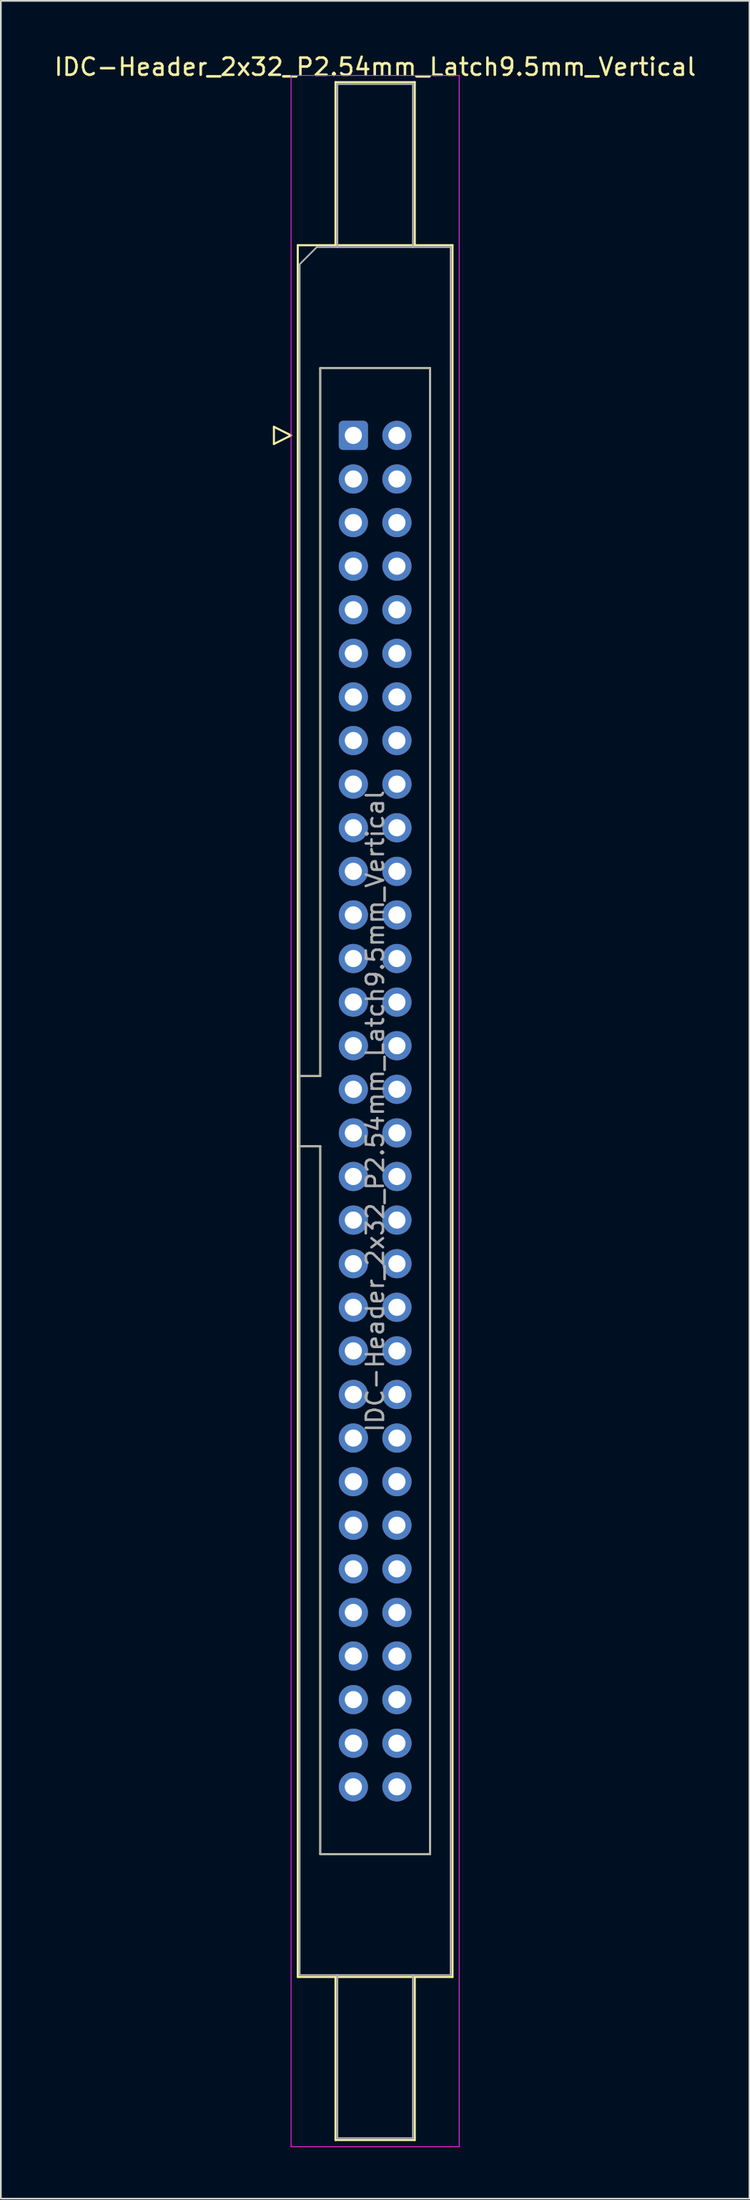
<source format=kicad_pcb>
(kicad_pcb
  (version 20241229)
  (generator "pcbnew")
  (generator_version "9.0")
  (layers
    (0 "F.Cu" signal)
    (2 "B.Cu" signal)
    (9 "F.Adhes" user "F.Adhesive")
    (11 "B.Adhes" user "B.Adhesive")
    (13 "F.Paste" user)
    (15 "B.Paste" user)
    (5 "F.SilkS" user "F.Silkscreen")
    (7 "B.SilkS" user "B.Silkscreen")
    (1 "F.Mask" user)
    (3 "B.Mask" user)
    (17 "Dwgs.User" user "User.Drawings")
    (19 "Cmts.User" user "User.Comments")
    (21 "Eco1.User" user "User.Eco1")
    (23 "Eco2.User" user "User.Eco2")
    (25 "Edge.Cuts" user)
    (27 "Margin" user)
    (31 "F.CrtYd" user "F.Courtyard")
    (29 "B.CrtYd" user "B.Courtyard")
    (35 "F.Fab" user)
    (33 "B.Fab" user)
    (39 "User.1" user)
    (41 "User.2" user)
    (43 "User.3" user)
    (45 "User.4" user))
  (footprint "IDC-Header_2x32_P2.54mm_Latch9.5mm_Vertical"
    (layer "F.Cu")
    (at 17.545 22.318)
    (property "Reference" "IDC-Header_2x32_P2.54mm_Latch9.5mm_Vertical" (at 1.27 -21.47 0) (layer "F.SilkS") (effects (font (size 1 1) (thickness 0.15))))
    (attr through_hole)
    (fp_line (start -4.63 -0.5) (end -4.63 0.5) (stroke (width 0.12) (type solid)) (layer "F.SilkS"))
    (fp_line (start -4.63 0.5) (end -3.63 0) (stroke (width 0.12) (type solid)) (layer "F.SilkS"))
    (fp_line (start -3.63 0) (end -4.63 -0.5) (stroke (width 0.12) (type solid)) (layer "F.SilkS"))
    (fp_line (start -3.24 -11.08) (end 5.78 -11.08) (stroke (width 0.12) (type solid)) (layer "F.SilkS"))
    (fp_line (start -3.24 37.32) (end -1.93 37.32) (stroke (width 0.12) (type solid)) (layer "F.SilkS"))
    (fp_line (start -3.24 89.82) (end -3.24 -11.08) (stroke (width 0.12) (type solid)) (layer "F.SilkS"))
    (fp_line (start -1.93 -3.92) (end 4.47 -3.92) (stroke (width 0.12) (type solid)) (layer "F.SilkS"))
    (fp_line (start -1.93 37.32) (end -1.93 -3.92) (stroke (width 0.12) (type solid)) (layer "F.SilkS"))
    (fp_line (start -1.93 41.42) (end -3.24 41.42) (stroke (width 0.12) (type solid)) (layer "F.SilkS"))
    (fp_line (start -1.93 41.42) (end -1.93 41.42) (stroke (width 0.12) (type solid)) (layer "F.SilkS"))
    (fp_line (start -1.93 82.66) (end -1.93 41.42) (stroke (width 0.12) (type solid)) (layer "F.SilkS"))
    (fp_line (start -1.04 -20.58) (end 3.58 -20.58) (stroke (width 0.12) (type solid)) (layer "F.SilkS"))
    (fp_line (start -1.04 -11.08) (end -1.04 -20.58) (stroke (width 0.12) (type solid)) (layer "F.SilkS"))
    (fp_line (start -1.04 89.82) (end -1.04 99.32) (stroke (width 0.12) (type solid)) (layer "F.SilkS"))
    (fp_line (start -1.04 99.32) (end 3.58 99.32) (stroke (width 0.12) (type solid)) (layer "F.SilkS"))
    (fp_line (start 3.58 -20.58) (end 3.58 -11.08) (stroke (width 0.12) (type solid)) (layer "F.SilkS"))
    (fp_line (start 3.58 99.32) (end 3.58 89.82) (stroke (width 0.12) (type solid)) (layer "F.SilkS"))
    (fp_line (start 4.47 -3.92) (end 4.47 82.66) (stroke (width 0.12) (type solid)) (layer "F.SilkS"))
    (fp_line (start 4.47 82.66) (end -1.93 82.66) (stroke (width 0.12) (type solid)) (layer "F.SilkS"))
    (fp_line (start 5.78 -11.08) (end 5.78 89.82) (stroke (width 0.12) (type solid)) (layer "F.SilkS"))
    (fp_line (start 5.78 89.82) (end -3.24 89.82) (stroke (width 0.12) (type solid)) (layer "F.SilkS"))
    (fp_line (start -3.63 -20.97) (end -3.63 99.71) (stroke (width 0.05) (type solid)) (layer "F.CrtYd"))
    (fp_line (start -3.63 99.71) (end 6.17 99.71) (stroke (width 0.05) (type solid)) (layer "F.CrtYd"))
    (fp_line (start 6.17 -20.97) (end -3.63 -20.97) (stroke (width 0.05) (type solid)) (layer "F.CrtYd"))
    (fp_line (start 6.17 99.71) (end 6.17 -20.97) (stroke (width 0.05) (type solid)) (layer "F.CrtYd"))
    (fp_line (start -3.13 -9.97) (end -2.13 -10.97) (stroke (width 0.1) (type solid)) (layer "F.Fab"))
    (fp_line (start -3.13 37.32) (end -1.93 37.32) (stroke (width 0.1) (type solid)) (layer "F.Fab"))
    (fp_line (start -3.13 89.71) (end -3.13 -9.97) (stroke (width 0.1) (type solid)) (layer "F.Fab"))
    (fp_line (start -2.13 -10.97) (end 5.67 -10.97) (stroke (width 0.1) (type solid)) (layer "F.Fab"))
    (fp_line (start -1.93 -3.92) (end 4.47 -3.92) (stroke (width 0.1) (type solid)) (layer "F.Fab"))
    (fp_line (start -1.93 37.32) (end -1.93 -3.92) (stroke (width 0.1) (type solid)) (layer "F.Fab"))
    (fp_line (start -1.93 41.42) (end -3.13 41.42) (stroke (width 0.1) (type solid)) (layer "F.Fab"))
    (fp_line (start -1.93 41.42) (end -1.93 41.42) (stroke (width 0.1) (type solid)) (layer "F.Fab"))
    (fp_line (start -1.93 82.66) (end -1.93 41.42) (stroke (width 0.1) (type solid)) (layer "F.Fab"))
    (fp_line (start -0.93 -20.47) (end 3.47 -20.47) (stroke (width 0.1) (type solid)) (layer "F.Fab"))
    (fp_line (start -0.93 -10.97) (end -0.93 -20.47) (stroke (width 0.1) (type solid)) (layer "F.Fab"))
    (fp_line (start -0.93 89.71) (end -0.93 99.21) (stroke (width 0.1) (type solid)) (layer "F.Fab"))
    (fp_line (start -0.93 99.21) (end 3.47 99.21) (stroke (width 0.1) (type solid)) (layer "F.Fab"))
    (fp_line (start 3.47 -20.47) (end 3.47 -10.97) (stroke (width 0.1) (type solid)) (layer "F.Fab"))
    (fp_line (start 3.47 99.21) (end 3.47 89.71) (stroke (width 0.1) (type solid)) (layer "F.Fab"))
    (fp_line (start 4.47 -3.92) (end 4.47 82.66) (stroke (width 0.1) (type solid)) (layer "F.Fab"))
    (fp_line (start 4.47 82.66) (end -1.93 82.66) (stroke (width 0.1) (type solid)) (layer "F.Fab"))
    (fp_line (start 5.67 -10.97) (end 5.67 89.71) (stroke (width 0.1) (type solid)) (layer "F.Fab"))
    (fp_line (start 5.67 89.71) (end -3.13 89.71) (stroke (width 0.1) (type solid)) (layer "F.Fab"))
    (fp_text user "${REFERENCE}" (at 1.27 39.37 90) (layer "F.Fab") (effects (font (size 1 1) (thickness 0.15))))
    (pad "1" thru_hole roundrect (at 0 0) (size 1.7 1.7) (drill 1) (layers "*.Cu" "*.Mask") (roundrect_rratio 0.147))
    (pad "2" thru_hole circle (at 2.54 0) (size 1.7 1.7) (drill 1) (layers "*.Cu" "*.Mask"))
    (pad "3" thru_hole circle (at 0 2.54) (size 1.7 1.7) (drill 1) (layers "*.Cu" "*.Mask"))
    (pad "4" thru_hole circle (at 2.54 2.54) (size 1.7 1.7) (drill 1) (layers "*.Cu" "*.Mask"))
    (pad "5" thru_hole circle (at 0 5.08) (size 1.7 1.7) (drill 1) (layers "*.Cu" "*.Mask"))
    (pad "6" thru_hole circle (at 2.54 5.08) (size 1.7 1.7) (drill 1) (layers "*.Cu" "*.Mask"))
    (pad "7" thru_hole circle (at 0 7.62) (size 1.7 1.7) (drill 1) (layers "*.Cu" "*.Mask"))
    (pad "8" thru_hole circle (at 2.54 7.62) (size 1.7 1.7) (drill 1) (layers "*.Cu" "*.Mask"))
    (pad "9" thru_hole circle (at 0 10.16) (size 1.7 1.7) (drill 1) (layers "*.Cu" "*.Mask"))
    (pad "10" thru_hole circle (at 2.54 10.16) (size 1.7 1.7) (drill 1) (layers "*.Cu" "*.Mask"))
    (pad "11" thru_hole circle (at 0 12.7) (size 1.7 1.7) (drill 1) (layers "*.Cu" "*.Mask"))
    (pad "12" thru_hole circle (at 2.54 12.7) (size 1.7 1.7) (drill 1) (layers "*.Cu" "*.Mask"))
    (pad "13" thru_hole circle (at 0 15.24) (size 1.7 1.7) (drill 1) (layers "*.Cu" "*.Mask"))
    (pad "14" thru_hole circle (at 2.54 15.24) (size 1.7 1.7) (drill 1) (layers "*.Cu" "*.Mask"))
    (pad "15" thru_hole circle (at 0 17.78) (size 1.7 1.7) (drill 1) (layers "*.Cu" "*.Mask"))
    (pad "16" thru_hole circle (at 2.54 17.78) (size 1.7 1.7) (drill 1) (layers "*.Cu" "*.Mask"))
    (pad "17" thru_hole circle (at 0 20.32) (size 1.7 1.7) (drill 1) (layers "*.Cu" "*.Mask"))
    (pad "18" thru_hole circle (at 2.54 20.32) (size 1.7 1.7) (drill 1) (layers "*.Cu" "*.Mask"))
    (pad "19" thru_hole circle (at 0 22.86) (size 1.7 1.7) (drill 1) (layers "*.Cu" "*.Mask"))
    (pad "20" thru_hole circle (at 2.54 22.86) (size 1.7 1.7) (drill 1) (layers "*.Cu" "*.Mask"))
    (pad "21" thru_hole circle (at 0 25.4) (size 1.7 1.7) (drill 1) (layers "*.Cu" "*.Mask"))
    (pad "22" thru_hole circle (at 2.54 25.4) (size 1.7 1.7) (drill 1) (layers "*.Cu" "*.Mask"))
    (pad "23" thru_hole circle (at 0 27.94) (size 1.7 1.7) (drill 1) (layers "*.Cu" "*.Mask"))
    (pad "24" thru_hole circle (at 2.54 27.94) (size 1.7 1.7) (drill 1) (layers "*.Cu" "*.Mask"))
    (pad "25" thru_hole circle (at 0 30.48) (size 1.7 1.7) (drill 1) (layers "*.Cu" "*.Mask"))
    (pad "26" thru_hole circle (at 2.54 30.48) (size 1.7 1.7) (drill 1) (layers "*.Cu" "*.Mask"))
    (pad "27" thru_hole circle (at 0 33.02) (size 1.7 1.7) (drill 1) (layers "*.Cu" "*.Mask"))
    (pad "28" thru_hole circle (at 2.54 33.02) (size 1.7 1.7) (drill 1) (layers "*.Cu" "*.Mask"))
    (pad "29" thru_hole circle (at 0 35.56) (size 1.7 1.7) (drill 1) (layers "*.Cu" "*.Mask"))
    (pad "30" thru_hole circle (at 2.54 35.56) (size 1.7 1.7) (drill 1) (layers "*.Cu" "*.Mask"))
    (pad "31" thru_hole circle (at 0 38.1) (size 1.7 1.7) (drill 1) (layers "*.Cu" "*.Mask"))
    (pad "32" thru_hole circle (at 2.54 38.1) (size 1.7 1.7) (drill 1) (layers "*.Cu" "*.Mask"))
    (pad "33" thru_hole circle (at 0 40.64) (size 1.7 1.7) (drill 1) (layers "*.Cu" "*.Mask"))
    (pad "34" thru_hole circle (at 2.54 40.64) (size 1.7 1.7) (drill 1) (layers "*.Cu" "*.Mask"))
    (pad "35" thru_hole circle (at 0 43.18) (size 1.7 1.7) (drill 1) (layers "*.Cu" "*.Mask"))
    (pad "36" thru_hole circle (at 2.54 43.18) (size 1.7 1.7) (drill 1) (layers "*.Cu" "*.Mask"))
    (pad "37" thru_hole circle (at 0 45.72) (size 1.7 1.7) (drill 1) (layers "*.Cu" "*.Mask"))
    (pad "38" thru_hole circle (at 2.54 45.72) (size 1.7 1.7) (drill 1) (layers "*.Cu" "*.Mask"))
    (pad "39" thru_hole circle (at 0 48.26) (size 1.7 1.7) (drill 1) (layers "*.Cu" "*.Mask"))
    (pad "40" thru_hole circle (at 2.54 48.26) (size 1.7 1.7) (drill 1) (layers "*.Cu" "*.Mask"))
    (pad "41" thru_hole circle (at 0 50.8) (size 1.7 1.7) (drill 1) (layers "*.Cu" "*.Mask"))
    (pad "42" thru_hole circle (at 2.54 50.8) (size 1.7 1.7) (drill 1) (layers "*.Cu" "*.Mask"))
    (pad "43" thru_hole circle (at 0 53.34) (size 1.7 1.7) (drill 1) (layers "*.Cu" "*.Mask"))
    (pad "44" thru_hole circle (at 2.54 53.34) (size 1.7 1.7) (drill 1) (layers "*.Cu" "*.Mask"))
    (pad "45" thru_hole circle (at 0 55.88) (size 1.7 1.7) (drill 1) (layers "*.Cu" "*.Mask"))
    (pad "46" thru_hole circle (at 2.54 55.88) (size 1.7 1.7) (drill 1) (layers "*.Cu" "*.Mask"))
    (pad "47" thru_hole circle (at 0 58.42) (size 1.7 1.7) (drill 1) (layers "*.Cu" "*.Mask"))
    (pad "48" thru_hole circle (at 2.54 58.42) (size 1.7 1.7) (drill 1) (layers "*.Cu" "*.Mask"))
    (pad "49" thru_hole circle (at 0 60.96) (size 1.7 1.7) (drill 1) (layers "*.Cu" "*.Mask"))
    (pad "50" thru_hole circle (at 2.54 60.96) (size 1.7 1.7) (drill 1) (layers "*.Cu" "*.Mask"))
    (pad "51" thru_hole circle (at 0 63.5) (size 1.7 1.7) (drill 1) (layers "*.Cu" "*.Mask"))
    (pad "52" thru_hole circle (at 2.54 63.5) (size 1.7 1.7) (drill 1) (layers "*.Cu" "*.Mask"))
    (pad "53" thru_hole circle (at 0 66.04) (size 1.7 1.7) (drill 1) (layers "*.Cu" "*.Mask"))
    (pad "54" thru_hole circle (at 2.54 66.04) (size 1.7 1.7) (drill 1) (layers "*.Cu" "*.Mask"))
    (pad "55" thru_hole circle (at 0 68.58) (size 1.7 1.7) (drill 1) (layers "*.Cu" "*.Mask"))
    (pad "56" thru_hole circle (at 2.54 68.58) (size 1.7 1.7) (drill 1) (layers "*.Cu" "*.Mask"))
    (pad "57" thru_hole circle (at 0 71.12) (size 1.7 1.7) (drill 1) (layers "*.Cu" "*.Mask"))
    (pad "58" thru_hole circle (at 2.54 71.12) (size 1.7 1.7) (drill 1) (layers "*.Cu" "*.Mask"))
    (pad "59" thru_hole circle (at 0 73.66) (size 1.7 1.7) (drill 1) (layers "*.Cu" "*.Mask"))
    (pad "60" thru_hole circle (at 2.54 73.66) (size 1.7 1.7) (drill 1) (layers "*.Cu" "*.Mask"))
    (pad "61" thru_hole circle (at 0 76.2) (size 1.7 1.7) (drill 1) (layers "*.Cu" "*.Mask"))
    (pad "62" thru_hole circle (at 2.54 76.2) (size 1.7 1.7) (drill 1) (layers "*.Cu" "*.Mask"))
    (pad "63" thru_hole circle (at 0 78.74) (size 1.7 1.7) (drill 1) (layers "*.Cu" "*.Mask"))
    (pad "64" thru_hole circle (at 2.54 78.74) (size 1.7 1.7) (drill 1) (layers "*.Cu" "*.Mask")))
  (gr_rect
    (start -3 -3)
    (end 40.631 125.053)
    (stroke (width 0.1) (type default))
    (fill no)
    (layer "Edge.Cuts")))
</source>
